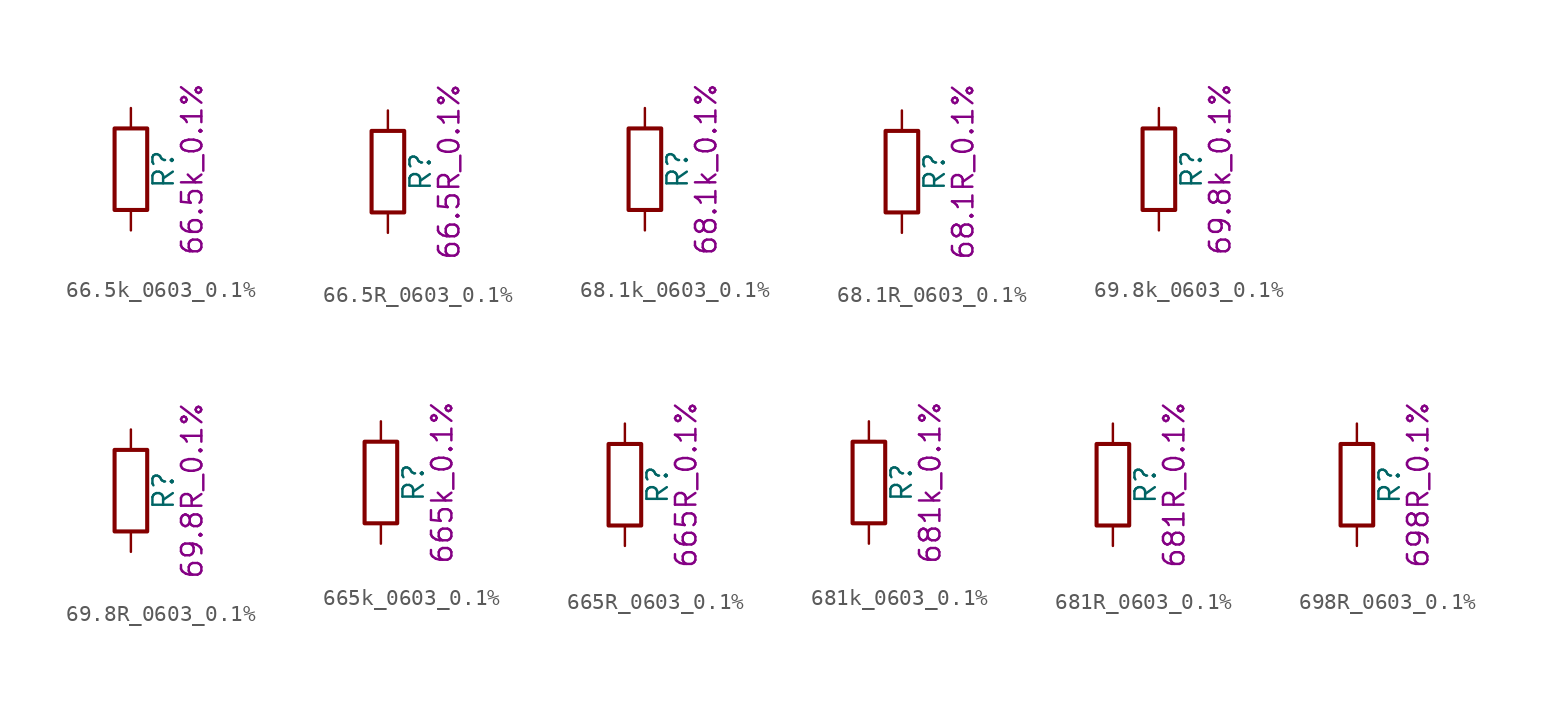
<source format=kicad_sym>
(kicad_symbol_lib
  (version 20211014)
  (generator kicad_symbol_editor)
  (symbol "66.5k_0603_0.1%"
    (pin_numbers hide)
    (pin_names
      (offset 0))
    (property "Reference" "R"
      (at 2.032 0 90)
      (effects (font (size 1.27 1.27))))
    (property "Display" "66.5k_0.1%"
      (at 3.81 0 90)
      (effects (font (size 1.27 1.27))))
    (symbol "66.5k_0603_0.1%_0_1"
      (rectangle (start -1.016 -2.54) (end 1.016 2.54) (stroke (width 0.254) (type default) (color 0 0 0 0)) (fill (type none))))
    (symbol "66.5k_0603_0.1%_1_1"
      (pin passive line (at 0 3.81 270) (length 1.27) (name "~" (effects (font (size 1.27 1.27)))) (number "1" (effects (font (size 1.27 1.27)))))
      (pin passive line (at 0 -3.81 90) (length 1.27) (name "~" (effects (font (size 1.27 1.27)))) (number "2" (effects (font (size 1.27 1.27)))))))
  (symbol "66.5R_0603_0.1%"
    (pin_numbers hide)
    (pin_names
      (offset 0))
    (property "Reference" "R"
      (at 2.032 0 90)
      (effects (font (size 1.27 1.27))))
    (property "Display" "66.5R_0.1%"
      (at 3.81 0 90)
      (effects (font (size 1.27 1.27))))
    (symbol "66.5R_0603_0.1%_0_1"
      (rectangle (start -1.016 -2.54) (end 1.016 2.54) (stroke (width 0.254) (type default) (color 0 0 0 0)) (fill (type none))))
    (symbol "66.5R_0603_0.1%_1_1"
      (pin passive line (at 0 3.81 270) (length 1.27) (name "~" (effects (font (size 1.27 1.27)))) (number "1" (effects (font (size 1.27 1.27)))))
      (pin passive line (at 0 -3.81 90) (length 1.27) (name "~" (effects (font (size 1.27 1.27)))) (number "2" (effects (font (size 1.27 1.27)))))))
  (symbol "68.1k_0603_0.1%"
    (pin_numbers hide)
    (pin_names
      (offset 0))
    (property "Reference" "R"
      (at 2.032 0 90)
      (effects (font (size 1.27 1.27))))
    (property "Display" "68.1k_0.1%"
      (at 3.81 0 90)
      (effects (font (size 1.27 1.27))))
    (symbol "68.1k_0603_0.1%_0_1"
      (rectangle (start -1.016 -2.54) (end 1.016 2.54) (stroke (width 0.254) (type default) (color 0 0 0 0)) (fill (type none))))
    (symbol "68.1k_0603_0.1%_1_1"
      (pin passive line (at 0 3.81 270) (length 1.27) (name "~" (effects (font (size 1.27 1.27)))) (number "1" (effects (font (size 1.27 1.27)))))
      (pin passive line (at 0 -3.81 90) (length 1.27) (name "~" (effects (font (size 1.27 1.27)))) (number "2" (effects (font (size 1.27 1.27)))))))
  (symbol "68.1R_0603_0.1%"
    (pin_numbers hide)
    (pin_names
      (offset 0))
    (property "Reference" "R"
      (at 2.032 0 90)
      (effects (font (size 1.27 1.27))))
    (property "Display" "68.1R_0.1%"
      (at 3.81 0 90)
      (effects (font (size 1.27 1.27))))
    (symbol "68.1R_0603_0.1%_0_1"
      (rectangle (start -1.016 -2.54) (end 1.016 2.54) (stroke (width 0.254) (type default) (color 0 0 0 0)) (fill (type none))))
    (symbol "68.1R_0603_0.1%_1_1"
      (pin passive line (at 0 3.81 270) (length 1.27) (name "~" (effects (font (size 1.27 1.27)))) (number "1" (effects (font (size 1.27 1.27)))))
      (pin passive line (at 0 -3.81 90) (length 1.27) (name "~" (effects (font (size 1.27 1.27)))) (number "2" (effects (font (size 1.27 1.27)))))))
  (symbol "69.8k_0603_0.1%"
    (pin_numbers hide)
    (pin_names
      (offset 0))
    (property "Reference" "R"
      (at 2.032 0 90)
      (effects (font (size 1.27 1.27))))
    (property "Display" "69.8k_0.1%"
      (at 3.81 0 90)
      (effects (font (size 1.27 1.27))))
    (symbol "69.8k_0603_0.1%_0_1"
      (rectangle (start -1.016 -2.54) (end 1.016 2.54) (stroke (width 0.254) (type default) (color 0 0 0 0)) (fill (type none))))
    (symbol "69.8k_0603_0.1%_1_1"
      (pin passive line (at 0 3.81 270) (length 1.27) (name "~" (effects (font (size 1.27 1.27)))) (number "1" (effects (font (size 1.27 1.27)))))
      (pin passive line (at 0 -3.81 90) (length 1.27) (name "~" (effects (font (size 1.27 1.27)))) (number "2" (effects (font (size 1.27 1.27)))))))
  (symbol "69.8R_0603_0.1%"
    (pin_numbers hide)
    (pin_names
      (offset 0))
    (property "Reference" "R"
      (at 2.032 0 90)
      (effects (font (size 1.27 1.27))))
    (property "Display" "69.8R_0.1%"
      (at 3.81 0 90)
      (effects (font (size 1.27 1.27))))
    (symbol "69.8R_0603_0.1%_0_1"
      (rectangle (start -1.016 -2.54) (end 1.016 2.54) (stroke (width 0.254) (type default) (color 0 0 0 0)) (fill (type none))))
    (symbol "69.8R_0603_0.1%_1_1"
      (pin passive line (at 0 3.81 270) (length 1.27) (name "~" (effects (font (size 1.27 1.27)))) (number "1" (effects (font (size 1.27 1.27)))))
      (pin passive line (at 0 -3.81 90) (length 1.27) (name "~" (effects (font (size 1.27 1.27)))) (number "2" (effects (font (size 1.27 1.27)))))))
  (symbol "665k_0603_0.1%"
    (pin_numbers hide)
    (pin_names
      (offset 0))
    (property "Reference" "R"
      (at 2.032 0 90)
      (effects (font (size 1.27 1.27))))
    (property "Display" "665k_0.1%"
      (at 3.81 0 90)
      (effects (font (size 1.27 1.27))))
    (symbol "665k_0603_0.1%_0_1"
      (rectangle (start -1.016 -2.54) (end 1.016 2.54) (stroke (width 0.254) (type default) (color 0 0 0 0)) (fill (type none))))
    (symbol "665k_0603_0.1%_1_1"
      (pin passive line (at 0 3.81 270) (length 1.27) (name "~" (effects (font (size 1.27 1.27)))) (number "1" (effects (font (size 1.27 1.27)))))
      (pin passive line (at 0 -3.81 90) (length 1.27) (name "~" (effects (font (size 1.27 1.27)))) (number "2" (effects (font (size 1.27 1.27)))))))
  (symbol "665R_0603_0.1%"
    (pin_numbers hide)
    (pin_names
      (offset 0))
    (property "Reference" "R"
      (at 2.032 0 90)
      (effects (font (size 1.27 1.27))))
    (property "Display" "665R_0.1%"
      (at 3.81 0 90)
      (effects (font (size 1.27 1.27))))
    (symbol "665R_0603_0.1%_0_1"
      (rectangle (start -1.016 -2.54) (end 1.016 2.54) (stroke (width 0.254) (type default) (color 0 0 0 0)) (fill (type none))))
    (symbol "665R_0603_0.1%_1_1"
      (pin passive line (at 0 3.81 270) (length 1.27) (name "~" (effects (font (size 1.27 1.27)))) (number "1" (effects (font (size 1.27 1.27)))))
      (pin passive line (at 0 -3.81 90) (length 1.27) (name "~" (effects (font (size 1.27 1.27)))) (number "2" (effects (font (size 1.27 1.27)))))))
  (symbol "681k_0603_0.1%"
    (pin_numbers hide)
    (pin_names
      (offset 0))
    (property "Reference" "R"
      (at 2.032 0 90)
      (effects (font (size 1.27 1.27))))
    (property "Display" "681k_0.1%"
      (at 3.81 0 90)
      (effects (font (size 1.27 1.27))))
    (symbol "681k_0603_0.1%_0_1"
      (rectangle (start -1.016 -2.54) (end 1.016 2.54) (stroke (width 0.254) (type default) (color 0 0 0 0)) (fill (type none))))
    (symbol "681k_0603_0.1%_1_1"
      (pin passive line (at 0 3.81 270) (length 1.27) (name "~" (effects (font (size 1.27 1.27)))) (number "1" (effects (font (size 1.27 1.27)))))
      (pin passive line (at 0 -3.81 90) (length 1.27) (name "~" (effects (font (size 1.27 1.27)))) (number "2" (effects (font (size 1.27 1.27)))))))
  (symbol "681R_0603_0.1%"
    (pin_numbers hide)
    (pin_names
      (offset 0))
    (property "Reference" "R"
      (at 2.032 0 90)
      (effects (font (size 1.27 1.27))))
    (property "Display" "681R_0.1%"
      (at 3.81 0 90)
      (effects (font (size 1.27 1.27))))
    (symbol "681R_0603_0.1%_0_1"
      (rectangle (start -1.016 -2.54) (end 1.016 2.54) (stroke (width 0.254) (type default) (color 0 0 0 0)) (fill (type none))))
    (symbol "681R_0603_0.1%_1_1"
      (pin passive line (at 0 3.81 270) (length 1.27) (name "~" (effects (font (size 1.27 1.27)))) (number "1" (effects (font (size 1.27 1.27)))))
      (pin passive line (at 0 -3.81 90) (length 1.27) (name "~" (effects (font (size 1.27 1.27)))) (number "2" (effects (font (size 1.27 1.27)))))))
  (symbol "698R_0603_0.1%"
    (pin_numbers hide)
    (pin_names
      (offset 0))
    (property "Reference" "R"
      (at 2.032 0 90)
      (effects (font (size 1.27 1.27))))
    (property "Display" "698R_0.1%"
      (at 3.81 0 90)
      (effects (font (size 1.27 1.27))))
    (symbol "698R_0603_0.1%_0_1"
      (rectangle (start -1.016 -2.54) (end 1.016 2.54) (stroke (width 0.254) (type default) (color 0 0 0 0)) (fill (type none))))
    (symbol "698R_0603_0.1%_1_1"
      (pin passive line (at 0 3.81 270) (length 1.27) (name "~" (effects (font (size 1.27 1.27)))) (number "1" (effects (font (size 1.27 1.27)))))
      (pin passive line (at 0 -3.81 90) (length 1.27) (name "~" (effects (font (size 1.27 1.27)))) (number "2" (effects (font (size 1.27 1.27))))))))
</source>
